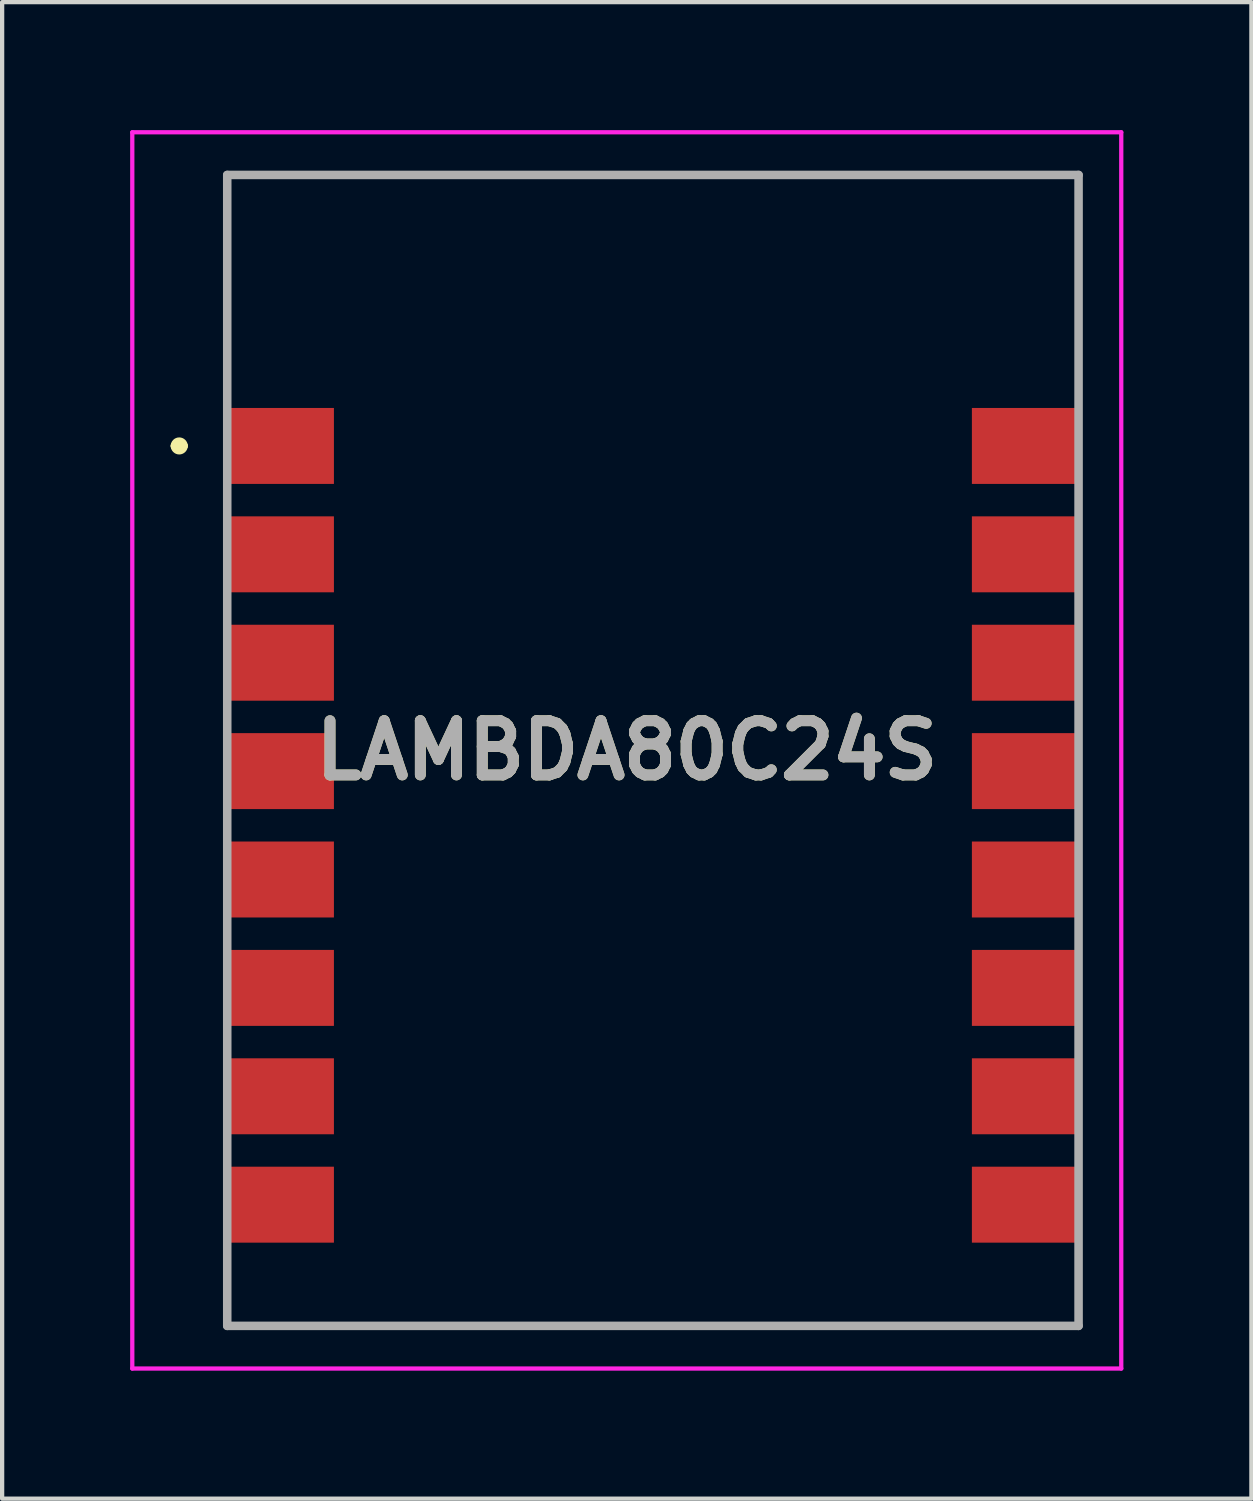
<source format=kicad_pcb>
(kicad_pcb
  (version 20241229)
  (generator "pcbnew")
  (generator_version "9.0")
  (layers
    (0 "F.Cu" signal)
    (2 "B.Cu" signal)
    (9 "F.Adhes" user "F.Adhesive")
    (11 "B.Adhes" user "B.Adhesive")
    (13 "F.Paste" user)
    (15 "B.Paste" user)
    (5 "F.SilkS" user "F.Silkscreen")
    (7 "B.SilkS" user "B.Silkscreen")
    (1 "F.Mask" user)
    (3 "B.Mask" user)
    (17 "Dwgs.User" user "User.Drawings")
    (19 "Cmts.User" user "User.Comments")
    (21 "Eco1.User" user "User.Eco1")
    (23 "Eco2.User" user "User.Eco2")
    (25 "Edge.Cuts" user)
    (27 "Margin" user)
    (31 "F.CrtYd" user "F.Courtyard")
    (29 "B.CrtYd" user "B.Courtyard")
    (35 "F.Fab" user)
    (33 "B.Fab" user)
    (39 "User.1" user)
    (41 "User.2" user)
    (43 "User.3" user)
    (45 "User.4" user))
  (footprint "LAMBDA80C24S"
    (layer "F.Cu")
    (at 12.25 14.535)
    (property "Reference" "LAMBDA80C24S" (at -0.612 0 0) (layer "F.SilkS") (effects (font (size 1.27 1.27) (thickness 0.254))))
    (attr smd)
    (fp_line (start -11.2 -7.135) (end -11.2 -7.135) (stroke (width 0.2) (type solid)) (layer "F.SilkS"))
    (fp_line (start -11 -7.135) (end -11 -7.135) (stroke (width 0.2) (type solid)) (layer "F.SilkS"))
    (fp_line (start -9.975 -13.485) (end 9.975 -13.485) (stroke (width 0.1) (type solid)) (layer "F.SilkS"))
    (fp_line (start -9.975 -9) (end -9.975 -13.485) (stroke (width 0.1) (type solid)) (layer "F.SilkS"))
    (fp_line (start -9.975 12) (end -9.975 13.485) (stroke (width 0.1) (type solid)) (layer "F.SilkS"))
    (fp_line (start -9.975 13.485) (end 9.975 13.485) (stroke (width 0.1) (type solid)) (layer "F.SilkS"))
    (fp_line (start 9.975 -13.485) (end 9.975 -9) (stroke (width 0.1) (type solid)) (layer "F.SilkS"))
    (fp_line (start 9.975 13.485) (end 9.975 12) (stroke (width 0.1) (type solid)) (layer "F.SilkS"))
    (fp_arc (start -11.2 -7.135) (mid -11.1 -7.235) (end -11 -7.135) (stroke (width 0.2) (type solid)) (layer "F.SilkS"))
    (fp_arc (start -11 -7.135) (mid -11.1 -7.035) (end -11.2 -7.135) (stroke (width 0.2) (type solid)) (layer "F.SilkS"))
    (fp_line (start -12.2 -14.485) (end 10.975 -14.485) (stroke (width 0.1) (type solid)) (layer "F.CrtYd"))
    (fp_line (start -12.2 14.485) (end -12.2 -14.485) (stroke (width 0.1) (type solid)) (layer "F.CrtYd"))
    (fp_line (start 10.975 -14.485) (end 10.975 14.485) (stroke (width 0.1) (type solid)) (layer "F.CrtYd"))
    (fp_line (start 10.975 14.485) (end -12.2 14.485) (stroke (width 0.1) (type solid)) (layer "F.CrtYd"))
    (fp_line (start -9.975 -13.485) (end 9.975 -13.485) (stroke (width 0.2) (type solid)) (layer "F.Fab"))
    (fp_line (start -9.975 13.485) (end -9.975 -13.485) (stroke (width 0.2) (type solid)) (layer "F.Fab"))
    (fp_line (start 9.975 -13.485) (end 9.975 13.485) (stroke (width 0.2) (type solid)) (layer "F.Fab"))
    (fp_line (start 9.975 13.485) (end -9.975 13.485) (stroke (width 0.2) (type solid)) (layer "F.Fab"))
    (fp_text user "${REFERENCE}" (at -0.612 0 0) (layer "F.Fab") (effects (font (size 1.27 1.27) (thickness 0.254))))
    (pad "1" smd rect (at -8.725 -7.135 90) (size 1.78 2.5) (layers "F.Cu" "F.Mask" "F.Paste"))
    (pad "2" smd rect (at -8.725 -4.595 90) (size 1.78 2.5) (layers "F.Cu" "F.Mask" "F.Paste"))
    (pad "3" smd rect (at -8.725 -2.055 90) (size 1.78 2.5) (layers "F.Cu" "F.Mask" "F.Paste"))
    (pad "4" smd rect (at -8.725 0.485 90) (size 1.78 2.5) (layers "F.Cu" "F.Mask" "F.Paste"))
    (pad "5" smd rect (at -8.725 3.025 90) (size 1.78 2.5) (layers "F.Cu" "F.Mask" "F.Paste"))
    (pad "6" smd rect (at -8.725 5.565 90) (size 1.78 2.5) (layers "F.Cu" "F.Mask" "F.Paste"))
    (pad "7" smd rect (at -8.725 8.105 90) (size 1.78 2.5) (layers "F.Cu" "F.Mask" "F.Paste"))
    (pad "8" smd rect (at -8.725 10.645 90) (size 1.78 2.5) (layers "F.Cu" "F.Mask" "F.Paste"))
    (pad "9" smd rect (at 8.725 10.645 90) (size 1.78 2.5) (layers "F.Cu" "F.Mask" "F.Paste"))
    (pad "10" smd rect (at 8.725 8.105 90) (size 1.78 2.5) (layers "F.Cu" "F.Mask" "F.Paste"))
    (pad "11" smd rect (at 8.725 5.565 90) (size 1.78 2.5) (layers "F.Cu" "F.Mask" "F.Paste"))
    (pad "12" smd rect (at 8.725 3.025 90) (size 1.78 2.5) (layers "F.Cu" "F.Mask" "F.Paste"))
    (pad "13" smd rect (at 8.725 0.485 90) (size 1.78 2.5) (layers "F.Cu" "F.Mask" "F.Paste"))
    (pad "14" smd rect (at 8.725 -2.055 90) (size 1.78 2.5) (layers "F.Cu" "F.Mask" "F.Paste"))
    (pad "15" smd rect (at 8.725 -4.595 90) (size 1.78 2.5) (layers "F.Cu" "F.Mask" "F.Paste"))
    (pad "16" smd rect (at 8.725 -7.135 90) (size 1.78 2.5) (layers "F.Cu" "F.Mask" "F.Paste")))
  (gr_rect
    (start -3 -3)
    (end 26.275 32.07)
    (stroke (width 0.1) (type default))
    (fill no)
    (layer "Edge.Cuts")))
</source>
